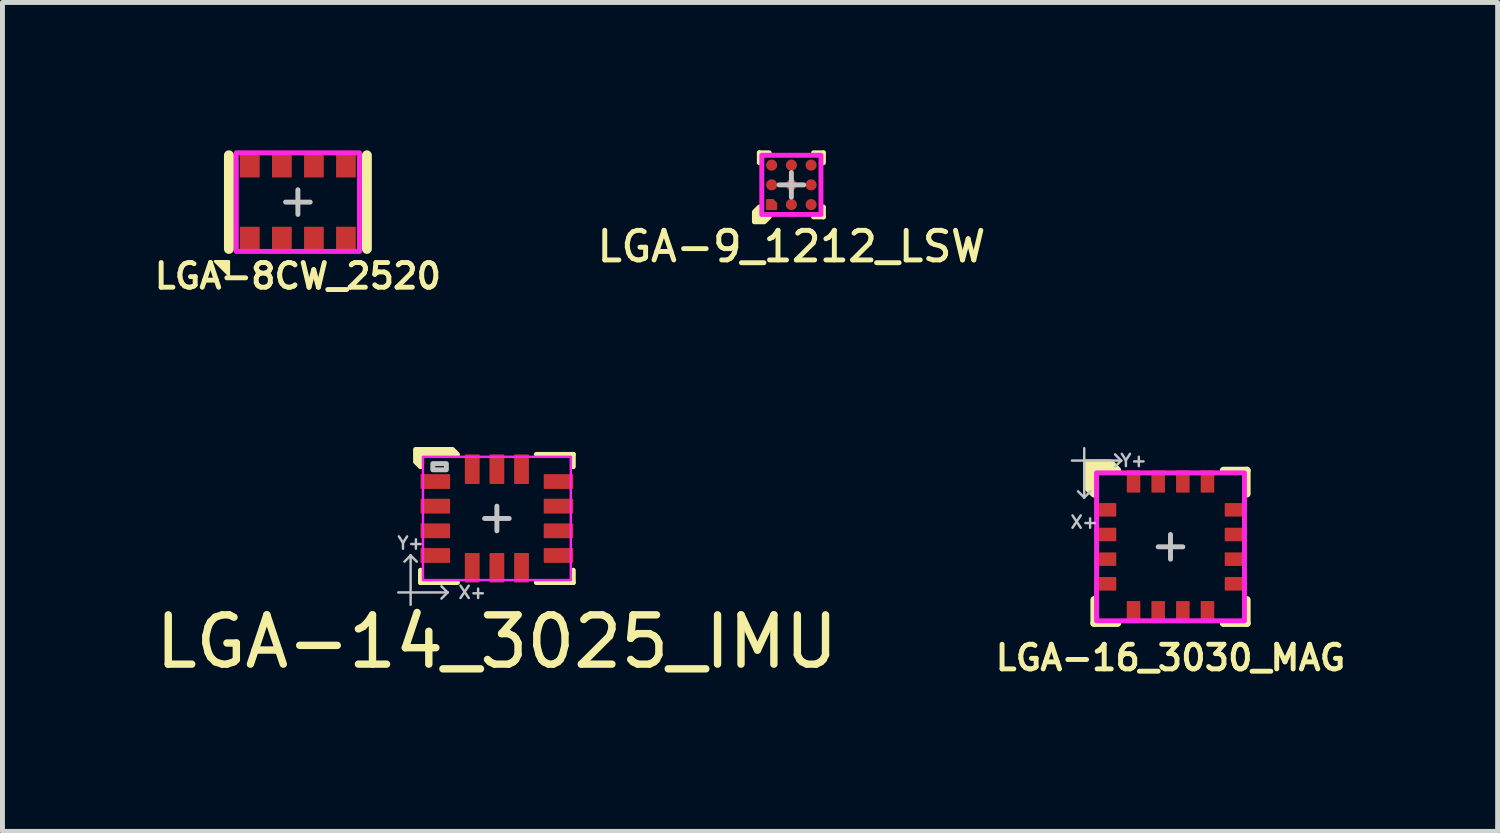
<source format=kicad_pcb>
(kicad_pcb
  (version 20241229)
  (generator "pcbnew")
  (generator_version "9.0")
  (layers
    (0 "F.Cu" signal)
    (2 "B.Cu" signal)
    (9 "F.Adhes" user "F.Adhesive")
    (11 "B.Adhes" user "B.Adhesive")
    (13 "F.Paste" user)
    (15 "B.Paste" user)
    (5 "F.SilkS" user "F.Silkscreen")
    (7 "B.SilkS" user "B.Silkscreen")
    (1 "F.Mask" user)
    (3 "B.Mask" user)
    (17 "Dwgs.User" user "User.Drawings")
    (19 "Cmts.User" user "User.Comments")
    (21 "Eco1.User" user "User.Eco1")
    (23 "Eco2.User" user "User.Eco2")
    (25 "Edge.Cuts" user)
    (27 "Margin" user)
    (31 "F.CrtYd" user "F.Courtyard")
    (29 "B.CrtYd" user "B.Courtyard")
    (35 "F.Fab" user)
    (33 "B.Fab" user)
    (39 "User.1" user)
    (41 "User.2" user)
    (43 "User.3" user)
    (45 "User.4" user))
  (footprint "LGA-14_3025_IMU"
    (layer "F.Cu")
    (at 7.03 7.468)
    (property "Reference" "LGA-14_3025_IMU" (at 0 2.5 0) (unlocked yes) (layer "F.SilkS") (effects (font (size 1 1) (thickness 0.15))))
    (attr smd)
    (fp_line (start -1.55 1.05) (end -1.55 1.3) (stroke (width 0.1) (type solid)) (layer "F.SilkS"))
    (fp_line (start -1.55 1.3) (end -0.8 1.3) (stroke (width 0.1) (type solid)) (layer "F.SilkS"))
    (fp_line (start 1.55 -1.3) (end 0.8 -1.3) (stroke (width 0.1) (type solid)) (layer "F.SilkS"))
    (fp_line (start 1.55 -1.05) (end 1.55 -1.3) (stroke (width 0.1) (type solid)) (layer "F.SilkS"))
    (fp_line (start 1.55 1.05) (end 1.55 1.3) (stroke (width 0.1) (type solid)) (layer "F.SilkS"))
    (fp_line (start 1.55 1.3) (end 0.8 1.3) (stroke (width 0.1) (type solid)) (layer "F.SilkS"))
    (fp_poly (pts (xy -0.8 -1.3) (xy -1.55 -1.3) (xy -1.55 -1.05) (xy -1.65 -1.15) (xy -1.65 -1.4) (xy -0.9 -1.4)) (stroke (width 0.1) (type solid)) (fill yes) (layer "F.SilkS"))
    (fp_line (start -2 1.5) (end -1 1.5) (stroke (width 0.05) (type solid)) (layer "Dwgs.User"))
    (fp_line (start -1.75 0.75) (end -1.875 0.875) (stroke (width 0.05) (type solid)) (layer "Dwgs.User"))
    (fp_line (start -1.75 0.75) (end -1.625 0.875) (stroke (width 0.05) (type solid)) (layer "Dwgs.User"))
    (fp_line (start -1.75 1.75) (end -1.75 0.75) (stroke (width 0.05) (type solid)) (layer "Dwgs.User"))
    (fp_line (start -1 1.5) (end -1.125 1.375) (stroke (width 0.05) (type solid)) (layer "Dwgs.User"))
    (fp_line (start -1 1.5) (end -1.125 1.625) (stroke (width 0.05) (type solid)) (layer "Dwgs.User"))
    (fp_line (start -0.25 0) (end 0.25 0) (stroke (width 0.1) (type solid)) (layer "Dwgs.User"))
    (fp_line (start 0 0.25) (end 0 -0.25) (stroke (width 0.1) (type solid)) (layer "Dwgs.User"))
    (fp_rect (start -1.3 -1.113) (end -1.025 -0.988) (stroke (width 0.1) (type solid)) (fill no) (layer "Dwgs.User"))
    (fp_rect (start 1.5 1.25) (end -1.5 -1.25) (stroke (width 0.05) (type solid)) (fill no) (layer "F.CrtYd"))
    (fp_text user "X+" (at -0.5 1.5 0) (unlocked yes) (layer "Dwgs.User") (effects (font (size 0.25 0.25) (thickness 0.05))))
    (fp_text user "Y+" (at -1.75 0.5 0) (unlocked yes) (layer "Dwgs.User") (effects (font (size 0.25 0.25) (thickness 0.05))))
    (pad "1" smd roundrect (at -1.25 -0.75) (size 0.6 0.3) (layers "F.Cu" "F.Mask" "F.Paste") (roundrect_rratio 0.05))
    (pad "2" smd roundrect (at -1.25 -0.25) (size 0.6 0.3) (layers "F.Cu" "F.Mask" "F.Paste") (roundrect_rratio 0.05))
    (pad "3" smd roundrect (at -1.25 0.25) (size 0.6 0.3) (layers "F.Cu" "F.Mask" "F.Paste") (roundrect_rratio 0.05))
    (pad "4" smd roundrect (at -1.25 0.75) (size 0.6 0.3) (layers "F.Cu" "F.Mask" "F.Paste") (roundrect_rratio 0.05))
    (pad "5" smd roundrect (at -0.5 1 90) (size 0.6 0.3) (layers "F.Cu" "F.Mask" "F.Paste") (roundrect_rratio 0.05))
    (pad "6" smd roundrect (at 0 1 90) (size 0.6 0.3) (layers "F.Cu" "F.Mask" "F.Paste") (roundrect_rratio 0.05))
    (pad "7" smd roundrect (at 0.5 1 90) (size 0.6 0.3) (layers "F.Cu" "F.Mask" "F.Paste") (roundrect_rratio 0.05))
    (pad "8" smd roundrect (at 1.25 0.75) (size 0.6 0.3) (layers "F.Cu" "F.Mask" "F.Paste") (roundrect_rratio 0.05))
    (pad "9" smd roundrect (at 1.25 0.25) (size 0.6 0.3) (layers "F.Cu" "F.Mask" "F.Paste") (roundrect_rratio 0.05))
    (pad "10" smd roundrect (at 1.25 -0.25) (size 0.6 0.3) (layers "F.Cu" "F.Mask" "F.Paste") (roundrect_rratio 0.05))
    (pad "11" smd roundrect (at 1.25 -0.75) (size 0.6 0.3) (layers "F.Cu" "F.Mask" "F.Paste") (roundrect_rratio 0.05))
    (pad "12" smd roundrect (at 0.5 -1 90) (size 0.6 0.3) (layers "F.Cu" "F.Mask" "F.Paste") (roundrect_rratio 0.05))
    (pad "13" smd roundrect (at 0 -1 90) (size 0.6 0.3) (layers "F.Cu" "F.Mask" "F.Paste") (roundrect_rratio 0.05))
    (pad "14" smd roundrect (at -0.5 -1 90) (size 0.6 0.3) (layers "F.Cu" "F.Mask" "F.Paste") (roundrect_rratio 0.05)))
  (footprint "LGA-16_3030_MAG"
    (layer "F.Cu")
    (at 20.695 8.043)
    (property "Reference" "LGA-16_3030_MAG" (at 0 2.25 0) (unlocked yes) (layer "F.SilkS") (effects (font (size 0.5 0.5) (thickness 0.1) (bold yes))))
    (attr smd)
    (fp_line (start -1.55 1.075) (end -1.55 1.55) (stroke (width 0.15) (type solid)) (layer "F.SilkS"))
    (fp_line (start -1.55 1.55) (end -1.075 1.55) (stroke (width 0.15) (type solid)) (layer "F.SilkS"))
    (fp_line (start 1.075 1.55) (end 1.55 1.55) (stroke (width 0.15) (type solid)) (layer "F.SilkS"))
    (fp_line (start 1.55 -1.55) (end 1.075 -1.55) (stroke (width 0.15) (type solid)) (layer "F.SilkS"))
    (fp_line (start 1.55 -1.075) (end 1.55 -1.55) (stroke (width 0.15) (type solid)) (layer "F.SilkS"))
    (fp_line (start 1.55 1.55) (end 1.55 1.075) (stroke (width 0.15) (type solid)) (layer "F.SilkS"))
    (fp_poly (pts (xy -1.075 -1.55) (xy -1.55 -1.55) (xy -1.55 -1.075) (xy -1.7 -1.225) (xy -1.7 -1.7) (xy -1.225 -1.7)) (stroke (width 0.15) (type solid)) (fill yes) (layer "F.SilkS"))
    (fp_line (start -2 -1.75) (end -1 -1.75) (stroke (width 0.05) (type solid)) (layer "Dwgs.User"))
    (fp_line (start -1.75 -2) (end -1.75 -1) (stroke (width 0.05) (type solid)) (layer "Dwgs.User"))
    (fp_line (start -1.75 -1) (end -1.875 -1.125) (stroke (width 0.05) (type solid)) (layer "Dwgs.User"))
    (fp_line (start -1.75 -1) (end -1.625 -1.125) (stroke (width 0.05) (type solid)) (layer "Dwgs.User"))
    (fp_line (start -1 -1.75) (end -1.125 -1.875) (stroke (width 0.05) (type solid)) (layer "Dwgs.User"))
    (fp_line (start -1 -1.75) (end -1.125 -1.625) (stroke (width 0.05) (type solid)) (layer "Dwgs.User"))
    (fp_line (start 0 -0.25) (end 0 0.25) (stroke (width 0.1) (type solid)) (layer "Dwgs.User"))
    (fp_line (start 0.25 0) (end -0.25 0) (stroke (width 0.1) (type solid)) (layer "Dwgs.User"))
    (fp_rect (start 1.5 -1.5) (end -1.5 1.5) (stroke (width 0.1) (type solid)) (fill no) (layer "F.CrtYd"))
    (fp_text user "Y+" (at -0.75 -1.75 0) (unlocked yes) (layer "Dwgs.User") (effects (font (size 0.25 0.25) (thickness 0.05))))
    (fp_text user "X+" (at -1.75 -0.5 0) (unlocked yes) (layer "Dwgs.User") (effects (font (size 0.25 0.25) (thickness 0.05))))
    (pad "1" smd roundrect (at -1.325 -0.75) (size 0.45 0.275) (layers "F.Cu" "F.Mask" "F.Paste") (roundrect_rratio 0.05))
    (pad "2" smd roundrect (at -1.325 -0.25) (size 0.45 0.275) (layers "F.Cu" "F.Mask" "F.Paste") (roundrect_rratio 0.05))
    (pad "3" smd roundrect (at -1.325 0.25) (size 0.45 0.275) (layers "F.Cu" "F.Mask" "F.Paste") (roundrect_rratio 0.05))
    (pad "4" smd roundrect (at -1.325 0.75) (size 0.45 0.275) (layers "F.Cu" "F.Mask" "F.Paste") (roundrect_rratio 0.05))
    (pad "5" smd roundrect (at -0.75 1.325 90) (size 0.45 0.275) (layers "F.Cu" "F.Mask" "F.Paste") (roundrect_rratio 0.05))
    (pad "6" smd roundrect (at -0.25 1.325 90) (size 0.45 0.275) (layers "F.Cu" "F.Mask" "F.Paste") (roundrect_rratio 0.05))
    (pad "7" smd roundrect (at 0.25 1.325 90) (size 0.45 0.275) (layers "F.Cu" "F.Mask" "F.Paste") (roundrect_rratio 0.05))
    (pad "8" smd roundrect (at 0.75 1.325 90) (size 0.45 0.275) (layers "F.Cu" "F.Mask" "F.Paste") (roundrect_rratio 0.05))
    (pad "9" smd roundrect (at 1.325 0.75) (size 0.45 0.275) (layers "F.Cu" "F.Mask" "F.Paste") (roundrect_rratio 0.05))
    (pad "10" smd roundrect (at 1.325 0.25) (size 0.45 0.275) (layers "F.Cu" "F.Mask" "F.Paste") (roundrect_rratio 0.05))
    (pad "11" smd roundrect (at 1.325 -0.25) (size 0.45 0.275) (layers "F.Cu" "F.Mask" "F.Paste") (roundrect_rratio 0.05))
    (pad "12" smd roundrect (at 1.325 -0.75) (size 0.45 0.275) (layers "F.Cu" "F.Mask" "F.Paste") (roundrect_rratio 0.05))
    (pad "13" smd roundrect (at 0.75 -1.325 90) (size 0.45 0.275) (layers "F.Cu" "F.Mask" "F.Paste") (roundrect_rratio 0.05))
    (pad "14" smd roundrect (at 0.25 -1.325 90) (size 0.45 0.275) (layers "F.Cu" "F.Mask" "F.Paste") (roundrect_rratio 0.05))
    (pad "15" smd roundrect (at -0.25 -1.325 90) (size 0.45 0.275) (layers "F.Cu" "F.Mask" "F.Paste") (roundrect_rratio 0.05))
    (pad "16" smd roundrect (at -0.75 -1.325 90) (size 0.45 0.275) (layers "F.Cu" "F.Mask" "F.Paste") (roundrect_rratio 0.05)))
  (footprint "LGA-9_1212_LSW"
    (layer "F.Cu")
    (at 13.004 0.7)
    (property "Reference" "LGA-9_1212_LSW" (at 0 1.25 0) (unlocked yes) (layer "F.SilkS") (effects (font (size 0.6 0.6) (thickness 0.1))))
    (attr smd)
    (fp_line (start -0.65 -0.65) (end -0.65 -0.45) (stroke (width 0.1) (type solid)) (layer "F.SilkS"))
    (fp_line (start -0.45 -0.65) (end -0.65 -0.65) (stroke (width 0.1) (type solid)) (layer "F.SilkS"))
    (fp_line (start 0.45 0.65) (end 0.65 0.65) (stroke (width 0.1) (type solid)) (layer "F.SilkS"))
    (fp_line (start 0.65 -0.65) (end 0.45 -0.65) (stroke (width 0.1) (type solid)) (layer "F.SilkS"))
    (fp_line (start 0.65 -0.45) (end 0.65 -0.65) (stroke (width 0.1) (type solid)) (layer "F.SilkS"))
    (fp_line (start 0.65 0.65) (end 0.65 0.45) (stroke (width 0.1) (type solid)) (layer "F.SilkS"))
    (fp_poly (pts (xy -0.65 0.65) (xy -0.45 0.65) (xy -0.55 0.75) (xy -0.75 0.75) (xy -0.75 0.55) (xy -0.65 0.45)) (stroke (width 0.1) (type solid)) (fill yes) (layer "F.SilkS"))
    (fp_line (start -0.25 0) (end 0.25 0) (stroke (width 0.1) (type solid)) (layer "Dwgs.User"))
    (fp_line (start 0 -0.25) (end 0 0.25) (stroke (width 0.1) (type solid)) (layer "Dwgs.User"))
    (fp_rect (start -0.6 -0.6) (end 0.6 0.6) (stroke (width 0.1) (type solid)) (fill no) (layer "F.CrtYd"))
    (pad "A1" smd roundrect (at -0.4 0.4 90) (size 0.225 0.225) (layers "F.Cu" "F.Mask" "F.Paste") (roundrect_rratio 0.1) (chamfer_ratio 0.35) (chamfer bottom_right))
    (pad "B1" smd circle (at 0 0.4) (size 0.225 0.225) (layers "F.Cu" "F.Mask" "F.Paste"))
    (pad "C1" smd circle (at 0.4 0.4) (size 0.225 0.225) (layers "F.Cu" "F.Mask" "F.Paste"))
    (pad "Vin" smd circle (at 0 -0.4) (size 0.225 0.225) (layers "F.Cu" "F.Mask" "F.Paste"))
    (pad "Vin" smd circle (at 0.4 -0.4) (size 0.225 0.225) (layers "F.Cu" "F.Mask" "F.Paste"))
    (pad "Vin" smd circle (at 0.4 0) (size 0.225 0.225) (layers "F.Cu" "F.Mask" "F.Paste"))
    (pad "Vout" smd circle (at -0.4 -0.4) (size 0.225 0.225) (layers "F.Cu" "F.Mask" "F.Paste"))
    (pad "Vout" smd circle (at -0.4 0) (size 0.225 0.225) (layers "F.Cu" "F.Mask" "F.Paste"))
    (pad "Vout" smd circle (at 0 0) (size 0.225 0.225) (layers "F.Cu" "F.Mask" "F.Paste")))
  (footprint "LGA-8CW_2520"
    (layer "F.Cu")
    (at 2.993 1.05)
    (property "Reference" "LGA-8CW_2520" (at 0 1.5 0) (unlocked yes) (layer "F.SilkS") (effects (font (size 0.5 0.5) (thickness 0.1) (bold yes))))
    (attr smd)
    (fp_line (start -1.4 -0.95) (end -1.4 0.95) (stroke (width 0.2) (type solid)) (layer "F.SilkS"))
    (fp_line (start 1.4 -0.95) (end 1.4 0.95) (stroke (width 0.2) (type solid)) (layer "F.SilkS"))
    (fp_poly (pts (xy -1.683 1.2) (xy -1.4 1.2) (xy -1.4 1.483)) (stroke (width 0.05) (type solid)) (fill yes) (layer "F.SilkS"))
    (fp_line (start -0.25 0) (end 0.25 0) (stroke (width 0.1) (type solid)) (layer "Dwgs.User"))
    (fp_line (start 0 0.25) (end 0 -0.25) (stroke (width 0.1) (type solid)) (layer "Dwgs.User"))
    (fp_rect (start -1.25 -1) (end 1.25 1) (stroke (width 0.1) (type solid)) (fill no) (layer "F.CrtYd"))
    (pad "1" smd rect (at -0.975 -0.75 90) (size 0.5 0.4) (layers "F.Cu" "F.Mask" "F.Paste"))
    (pad "2" smd rect (at -0.325 -0.75 90) (size 0.5 0.4) (layers "F.Cu" "F.Mask" "F.Paste"))
    (pad "3" smd rect (at 0.325 -0.75 90) (size 0.5 0.4) (layers "F.Cu" "F.Mask" "F.Paste"))
    (pad "4" smd rect (at 0.975 -0.75 90) (size 0.5 0.4) (layers "F.Cu" "F.Mask" "F.Paste"))
    (pad "5" smd rect (at 0.975 0.75 90) (size 0.5 0.4) (layers "F.Cu" "F.Mask" "F.Paste"))
    (pad "6" smd rect (at 0.325 0.75 90) (size 0.5 0.4) (layers "F.Cu" "F.Mask" "F.Paste"))
    (pad "7" smd rect (at -0.325 0.75 90) (size 0.5 0.4) (layers "F.Cu" "F.Mask" "F.Paste"))
    (pad "8" smd rect (at -0.975 0.75 90) (size 0.5 0.4) (layers "F.Cu" "F.Mask" "F.Paste")))
  (gr_rect
    (start -3 -3)
    (end 27.331 13.816)
    (stroke (width 0.1) (type default))
    (fill no)
    (layer "Edge.Cuts")))
</source>
